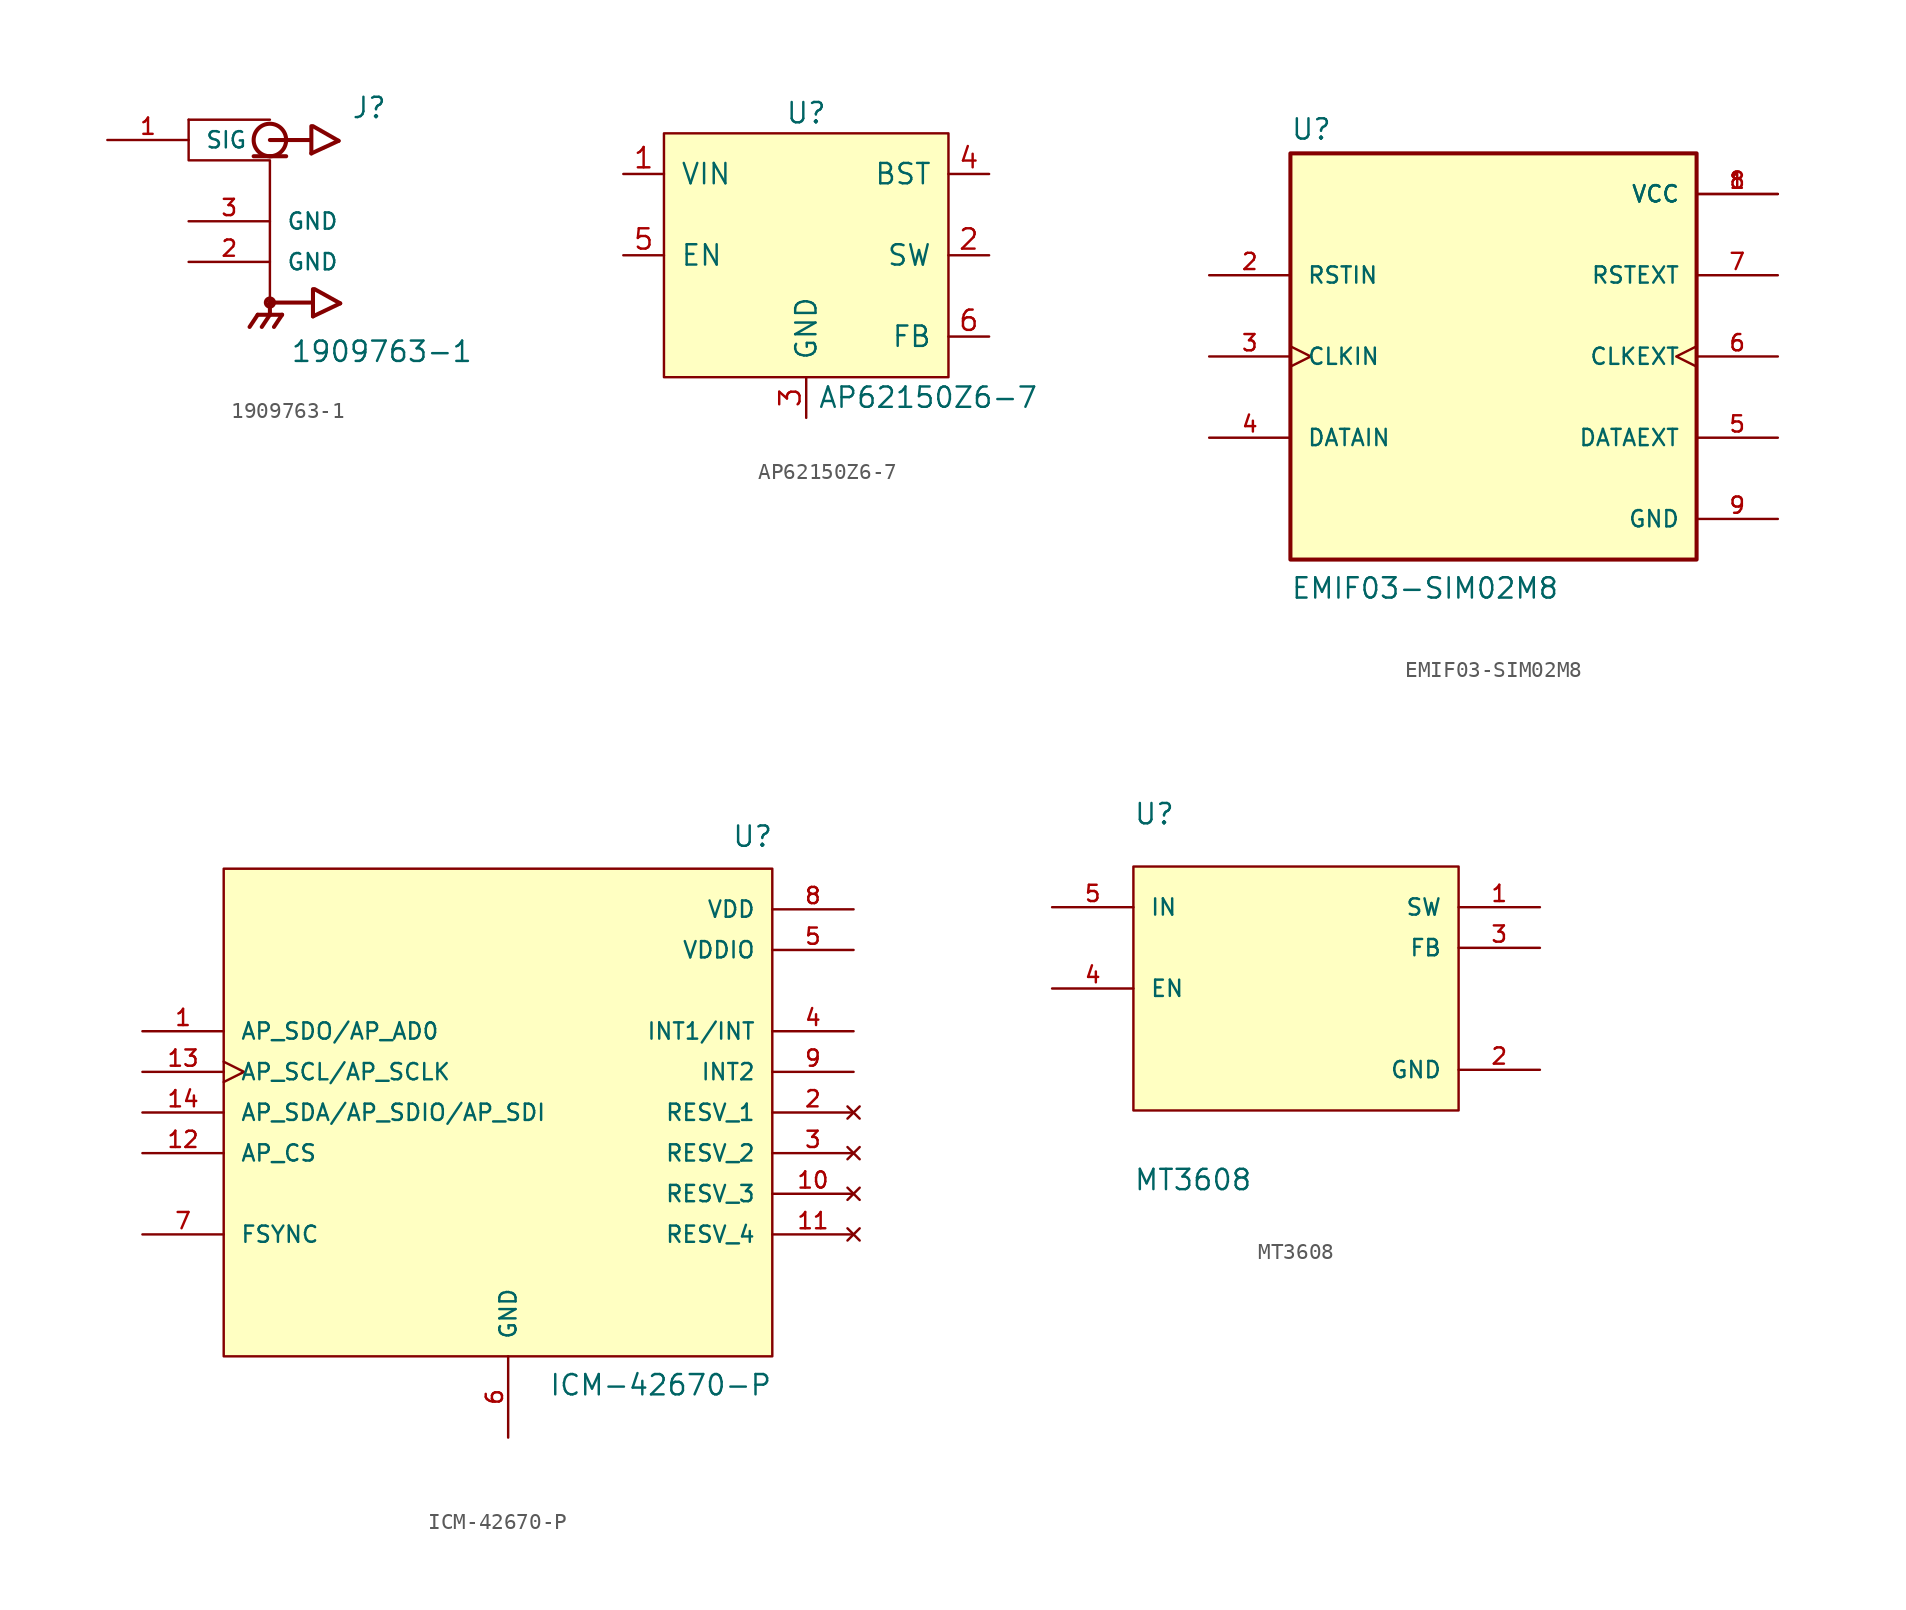
<source format=kicad_sym>
(kicad_symbol_lib
  (version 20231120)
  (generator "kicad_symbol_editor")
  (generator_version "8.0")
  (symbol "1909763-1"
    (pin_names
      (offset 1.016))
    (property "Reference" "J"
      (at 5.08 3.81 0)
      (effects (font (size 1.27 1.27)) (justify left bottom)))
    (property "Value" "1909763-1"
      (at 1.27 -11.43 0)
      (effects (font (size 1.27 1.27)) (justify left bottom)))
    (property "ki_locked" ""
      (at 0 0 0)
      (effects (font (size 1.27 1.27))))
    (symbol "1909763-1_0_0"
      (circle (center 0 -7.62) (radius 0.254) (stroke (width 0.254) (type default)) (fill (type none)))
      (polyline (pts (xy -1.016 1.524) (xy 0 1.524)) (stroke (width 0.254) (type default)) (fill (type none)))
      (polyline (pts (xy -0.762 -8.382) (xy -1.27 -9.144)) (stroke (width 0.254) (type default)) (fill (type none)))
      (polyline (pts (xy 0 -8.382) (xy -0.762 -8.382)) (stroke (width 0.254) (type default)) (fill (type none)))
      (polyline (pts (xy 0 -8.382) (xy -0.508 -9.144)) (stroke (width 0.254) (type default)) (fill (type none)))
      (polyline (pts (xy 0 -8.382) (xy 0.762 -8.382)) (stroke (width 0.254) (type default)) (fill (type none)))
      (polyline (pts (xy 0 -7.62) (xy 0 -8.382)) (stroke (width 0.254) (type default)) (fill (type none)))
      (polyline (pts (xy 0 1.524) (xy 1.016 1.524)) (stroke (width 0.254) (type default)) (fill (type none)))
      (polyline (pts (xy 0.762 -8.382) (xy 0.254 -9.144)) (stroke (width 0.254) (type default)) (fill (type none)))
      (polyline (pts (xy 2.54 -7.62) (xy 0 -7.62)) (stroke (width 0.254) (type default)) (fill (type none)))
      (polyline (pts (xy 2.54 2.54) (xy 0 2.54)) (stroke (width 0.254) (type default)) (fill (type none)))
      (polyline (pts (xy 2.591 1.702) (xy 4.293 2.489)) (stroke (width 0.254) (type default)) (fill (type none)))
      (polyline (pts (xy 2.591 3.404) (xy 2.591 1.702)) (stroke (width 0.254) (type default)) (fill (type none)))
      (polyline (pts (xy 2.692 -8.484) (xy 4.394 -7.671)) (stroke (width 0.254) (type default)) (fill (type none)))
      (polyline (pts (xy 2.692 -6.782) (xy 2.692 -8.484)) (stroke (width 0.254) (type default)) (fill (type none)))
      (polyline (pts (xy 4.293 2.489) (xy 2.692 3.404)) (stroke (width 0.254) (type default)) (fill (type none)))
      (polyline (pts (xy 4.394 -7.671) (xy 2.794 -6.782)) (stroke (width 0.254) (type default)) (fill (type none)))
      (circle (center 0 2.54) (radius 1.016) (stroke (width 0.254) (type default)) (fill (type none)))
      (pin passive line (at -10.16 2.54 0) (length 5.08) (name "SIG" (effects (font (size 1.016 1.016)))) (number "1" (effects (font (size 1.016 1.016)))))
      (pin passive line (at -5.08 -5.08 0) (length 5.08) (name "GND" (effects (font (size 1.016 1.016)))) (number "2" (effects (font (size 1.016 1.016)))))
      (pin passive line (at -5.08 -2.54 0) (length 5.08) (name "GND" (effects (font (size 1.016 1.016)))) (number "3" (effects (font (size 1.016 1.016))))))
    (symbol "1909763-1_1_1"
      (polyline (pts (xy -5.08 3.81) (xy 0 3.81)) (stroke (width 0) (type default)) (fill (type none)))
      (polyline (pts (xy -5.08 2.54) (xy -5.08 3.81) (xy -5.08 1.27) (xy 0 1.27) (xy 0 -7.62)) (stroke (width 0) (type default)) (fill (type none)))))
  (symbol "AP62150Z6-7"
    (pin_names
      (offset 1.016))
    (property "Reference" "U"
      (at 0 13.97 0)
      (effects (font (size 1.27 1.27))))
    (property "Value" "AP62150Z6-7"
      (at 7.62 -3.81 0)
      (effects (font (size 1.27 1.27))))
    (symbol "AP62150Z6-7_0_1"
      (rectangle (start -8.89 12.7) (end 8.89 -2.54) (stroke (width 0) (type default)) (fill (type background))))
    (symbol "AP62150Z6-7_1_1"
      (pin input line (at -11.43 10.16 0) (length 2.54) (name "VIN" (effects (font (size 1.27 1.27)))) (number "1" (effects (font (size 1.27 1.27)))))
      (pin input line (at 11.43 5.08 180) (length 2.54) (name "SW" (effects (font (size 1.27 1.27)))) (number "2" (effects (font (size 1.27 1.27)))))
      (pin input line (at 0 -5.08 90) (length 2.54) (name "GND" (effects (font (size 1.27 1.27)))) (number "3" (effects (font (size 1.27 1.27)))))
      (pin input line (at 11.43 10.16 180) (length 2.54) (name "BST" (effects (font (size 1.27 1.27)))) (number "4" (effects (font (size 1.27 1.27)))))
      (pin input line (at -11.43 5.08 0) (length 2.54) (name "EN" (effects (font (size 1.27 1.27)))) (number "5" (effects (font (size 1.27 1.27)))))
      (pin input line (at 11.43 0 180) (length 2.54) (name "FB" (effects (font (size 1.27 1.27)))) (number "6" (effects (font (size 1.27 1.27)))))))
  (symbol "EMIF03-SIM02M8"
    (pin_names
      (offset 1.016))
    (property "Reference" "U"
      (at -12.7 13.462 0)
      (effects (font (size 1.27 1.27)) (justify left bottom)))
    (property "Value" "EMIF03-SIM02M8"
      (at -12.7 -15.24 0)
      (effects (font (size 1.27 1.27)) (justify left bottom)))
    (property "ki_locked" ""
      (at 0 0 0)
      (effects (font (size 1.27 1.27))))
    (symbol "EMIF03-SIM02M8_0_0"
      (rectangle (start -12.7 -12.7) (end 12.7 12.7) (stroke (width 0.254) (type default)) (fill (type background)))
      (pin power_in line (at 17.78 10.16 180) (length 5.08) (name "VCC" (effects (font (size 1.016 1.016)))) (number "1" (effects (font (size 1.016 1.016)))))
      (pin input line (at -17.78 5.08 0) (length 5.08) (name "RSTIN" (effects (font (size 1.016 1.016)))) (number "2" (effects (font (size 1.016 1.016)))))
      (pin input clock (at -17.78 0 0) (length 5.08) (name "CLKIN" (effects (font (size 1.016 1.016)))) (number "3" (effects (font (size 1.016 1.016)))))
      (pin input line (at -17.78 -5.08 0) (length 5.08) (name "DATAIN" (effects (font (size 1.016 1.016)))) (number "4" (effects (font (size 1.016 1.016)))))
      (pin output line (at 17.78 -5.08 180) (length 5.08) (name "DATAEXT" (effects (font (size 1.016 1.016)))) (number "5" (effects (font (size 1.016 1.016)))))
      (pin output clock (at 17.78 0 180) (length 5.08) (name "CLKEXT" (effects (font (size 1.016 1.016)))) (number "6" (effects (font (size 1.016 1.016)))))
      (pin output line (at 17.78 5.08 180) (length 5.08) (name "RSTEXT" (effects (font (size 1.016 1.016)))) (number "7" (effects (font (size 1.016 1.016)))))
      (pin power_in line (at 17.78 10.16 180) (length 5.08) (name "VCC" (effects (font (size 1.016 1.016)))) (number "8" (effects (font (size 1.016 1.016)))))
      (pin power_in line (at 17.78 -10.16 180) (length 5.08) (name "GND" (effects (font (size 1.016 1.016)))) (number "9" (effects (font (size 1.016 1.016)))))))
  (symbol "ICM-42670-P"
    (pin_names
      (offset 1.016))
    (property "Reference" "U"
      (at 13.97 16.51 0)
      (effects (font (size 1.27 1.27)) (justify left bottom)))
    (property "Value" "ICM-42670-P"
      (at 2.54 -17.78 0)
      (effects (font (size 1.27 1.27)) (justify left bottom)))
    (property "ki_locked" ""
      (at 0 0 0)
      (effects (font (size 1.27 1.27))))
    (symbol "ICM-42670-P_0_0"
      (pin bidirectional line (at -22.86 5.08 0) (length 5.08) (name "AP_SDO/AP_AD0" (effects (font (size 1.016 1.016)))) (number "1" (effects (font (size 1.016 1.016)))))
      (pin no_connect line (at 21.59 -5.08 180) (length 5.08) (name "RESV_3" (effects (font (size 1.016 1.016)))) (number "10" (effects (font (size 1.016 1.016)))))
      (pin no_connect line (at 21.59 -7.62 180) (length 5.08) (name "RESV_4" (effects (font (size 1.016 1.016)))) (number "11" (effects (font (size 1.016 1.016)))))
      (pin input line (at -22.86 -2.54 0) (length 5.08) (name "AP_CS" (effects (font (size 1.016 1.016)))) (number "12" (effects (font (size 1.016 1.016)))))
      (pin input clock (at -22.86 2.54 0) (length 5.08) (name "AP_SCL/AP_SCLK" (effects (font (size 1.016 1.016)))) (number "13" (effects (font (size 1.016 1.016)))))
      (pin bidirectional line (at -22.86 0 0) (length 5.08) (name "AP_SDA/AP_SDIO/AP_SDI" (effects (font (size 1.016 1.016)))) (number "14" (effects (font (size 1.016 1.016)))))
      (pin no_connect line (at 21.59 0 180) (length 5.08) (name "RESV_1" (effects (font (size 1.016 1.016)))) (number "2" (effects (font (size 1.016 1.016)))))
      (pin no_connect line (at 21.59 -2.54 180) (length 5.08) (name "RESV_2" (effects (font (size 1.016 1.016)))) (number "3" (effects (font (size 1.016 1.016)))))
      (pin output line (at 21.59 5.08 180) (length 5.08) (name "INT1/INT" (effects (font (size 1.016 1.016)))) (number "4" (effects (font (size 1.016 1.016)))))
      (pin power_in line (at 21.59 10.16 180) (length 5.08) (name "VDDIO" (effects (font (size 1.016 1.016)))) (number "5" (effects (font (size 1.016 1.016)))))
      (pin power_in line (at 0 -20.32 90) (length 5.08) (name "GND" (effects (font (size 1.016 1.016)))) (number "6" (effects (font (size 1.016 1.016)))))
      (pin input line (at -22.86 -7.62 0) (length 5.08) (name "FSYNC" (effects (font (size 1.016 1.016)))) (number "7" (effects (font (size 1.016 1.016)))))
      (pin power_in line (at 21.59 12.7 180) (length 5.08) (name "VDD" (effects (font (size 1.016 1.016)))) (number "8" (effects (font (size 1.016 1.016)))))
      (pin output line (at 21.59 2.54 180) (length 5.08) (name "INT2" (effects (font (size 1.016 1.016)))) (number "9" (effects (font (size 1.016 1.016))))))
    (symbol "ICM-42670-P_1_1"
      (rectangle (start -17.78 15.24) (end 16.51 -15.24) (stroke (width 0) (type default)) (fill (type background)))))
  (symbol "MT3608"
    (pin_names
      (offset 1.016))
    (property "Reference" "U"
      (at -10.16 10.16 0)
      (effects (font (size 1.27 1.27)) (justify left bottom)))
    (property "Value" "MT3608"
      (at -10.16 -12.7 0)
      (effects (font (size 1.27 1.27)) (justify left bottom)))
    (symbol "MT3608_0_0"
      (rectangle (start -10.16 -7.62) (end 10.16 7.62) (stroke (width 0.152) (type default)) (fill (type background)))
      (pin output line (at 15.24 5.08 180) (length 5.08) (name "SW" (effects (font (size 1.016 1.016)))) (number "1" (effects (font (size 1.016 1.016)))))
      (pin power_in line (at 15.24 -5.08 180) (length 5.08) (name "GND" (effects (font (size 1.016 1.016)))) (number "2" (effects (font (size 1.016 1.016)))))
      (pin input line (at 15.24 2.54 180) (length 5.08) (name "FB" (effects (font (size 1.016 1.016)))) (number "3" (effects (font (size 1.016 1.016)))))
      (pin input line (at -15.24 0 0) (length 5.08) (name "EN" (effects (font (size 1.016 1.016)))) (number "4" (effects (font (size 1.016 1.016)))))
      (pin input line (at -15.24 5.08 0) (length 5.08) (name "IN" (effects (font (size 1.016 1.016)))) (number "5" (effects (font (size 1.016 1.016))))))))
</source>
